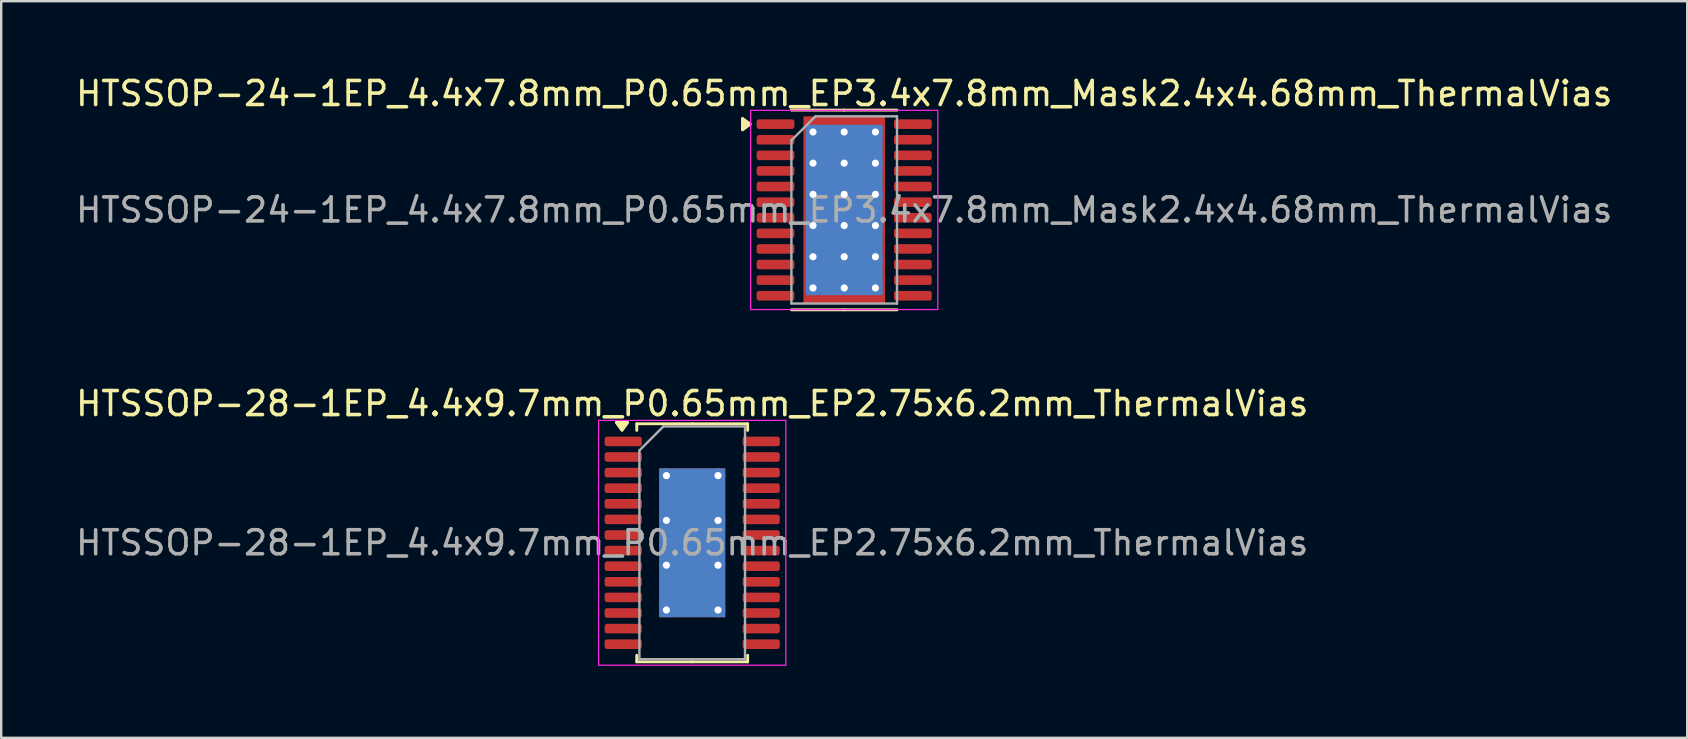
<source format=kicad_pcb>
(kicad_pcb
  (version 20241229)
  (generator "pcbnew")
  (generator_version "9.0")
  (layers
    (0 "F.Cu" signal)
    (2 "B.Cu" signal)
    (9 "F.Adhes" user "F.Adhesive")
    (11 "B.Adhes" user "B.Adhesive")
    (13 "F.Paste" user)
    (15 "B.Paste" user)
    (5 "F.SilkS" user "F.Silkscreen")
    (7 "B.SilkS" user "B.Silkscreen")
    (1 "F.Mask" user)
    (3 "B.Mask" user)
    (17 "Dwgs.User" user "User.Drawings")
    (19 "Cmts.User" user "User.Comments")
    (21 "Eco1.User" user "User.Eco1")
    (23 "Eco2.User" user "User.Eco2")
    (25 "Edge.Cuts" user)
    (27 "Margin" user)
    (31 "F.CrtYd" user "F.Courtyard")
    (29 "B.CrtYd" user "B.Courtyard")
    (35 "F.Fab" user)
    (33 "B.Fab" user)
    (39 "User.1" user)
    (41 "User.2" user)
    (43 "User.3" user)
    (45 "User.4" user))
  (footprint "HTSSOP-28-1EP_4.4x9.7mm_P0.65mm_EP2.75x6.2mm_ThermalVias"
    (layer "F.Cu")
    (at 25.792 19.567)
    (property "Reference" "HTSSOP-28-1EP_4.4x9.7mm_P0.65mm_EP2.75x6.2mm_ThermalVias" (at 0 -5.8 0) (layer "F.SilkS") (effects (font (size 1 1) (thickness 0.15))))
    (attr smd)
    (fp_line (start -2.31 -4.96) (end -2.31 -4.685) (stroke (width 0.12) (type solid)) (layer "F.SilkS"))
    (fp_line (start -2.31 4.96) (end -2.31 4.685) (stroke (width 0.12) (type solid)) (layer "F.SilkS"))
    (fp_line (start 0 -4.96) (end -2.31 -4.96) (stroke (width 0.12) (type solid)) (layer "F.SilkS"))
    (fp_line (start 0 -4.96) (end 2.31 -4.96) (stroke (width 0.12) (type solid)) (layer "F.SilkS"))
    (fp_line (start 0 4.96) (end -2.31 4.96) (stroke (width 0.12) (type solid)) (layer "F.SilkS"))
    (fp_line (start 0 4.96) (end 2.31 4.96) (stroke (width 0.12) (type solid)) (layer "F.SilkS"))
    (fp_line (start 2.31 -4.96) (end 2.31 -4.685) (stroke (width 0.12) (type solid)) (layer "F.SilkS"))
    (fp_line (start 2.31 4.96) (end 2.31 4.685) (stroke (width 0.12) (type solid)) (layer "F.SilkS"))
    (fp_poly (pts (xy -2.925 -4.685) (xy -3.165 -5.015) (xy -2.685 -5.015) (xy -2.925 -4.685)) (stroke (width 0.12) (type solid)) (fill yes) (layer "F.SilkS"))
    (fp_line (start -3.9 -5.1) (end -3.9 5.1) (stroke (width 0.05) (type solid)) (layer "F.CrtYd"))
    (fp_line (start -3.9 5.1) (end 3.9 5.1) (stroke (width 0.05) (type solid)) (layer "F.CrtYd"))
    (fp_line (start 3.9 -5.1) (end -3.9 -5.1) (stroke (width 0.05) (type solid)) (layer "F.CrtYd"))
    (fp_line (start 3.9 5.1) (end 3.9 -5.1) (stroke (width 0.05) (type solid)) (layer "F.CrtYd"))
    (fp_line (start -2.2 -3.85) (end -1.2 -4.85) (stroke (width 0.1) (type solid)) (layer "F.Fab"))
    (fp_line (start -2.2 4.85) (end -2.2 -3.85) (stroke (width 0.1) (type solid)) (layer "F.Fab"))
    (fp_line (start -1.2 -4.85) (end 2.2 -4.85) (stroke (width 0.1) (type solid)) (layer "F.Fab"))
    (fp_line (start 2.2 -4.85) (end 2.2 4.85) (stroke (width 0.1) (type solid)) (layer "F.Fab"))
    (fp_line (start 2.2 4.85) (end -2.2 4.85) (stroke (width 0.1) (type solid)) (layer "F.Fab"))
    (fp_text user "${REFERENCE}" (at 0 0 0) (layer "F.Fab") (effects (font (size 1 1) (thickness 0.15))))
    (pad "" smd roundrect (at 0 -2.07) (size 2.22 1.67) (layers "F.Paste") (roundrect_rratio 0.15))
    (pad "" smd roundrect (at 0 0) (size 2.22 1.67) (layers "F.Paste") (roundrect_rratio 0.15))
    (pad "" smd roundrect (at 0 2.07) (size 2.22 1.67) (layers "F.Paste") (roundrect_rratio 0.15))
    (pad "1" smd roundrect (at -2.875 -4.225) (size 1.55 0.4) (layers "F.Cu" "F.Mask" "F.Paste") (roundrect_rratio 0.25))
    (pad "2" smd roundrect (at -2.875 -3.575) (size 1.55 0.4) (layers "F.Cu" "F.Mask" "F.Paste") (roundrect_rratio 0.25))
    (pad "3" smd roundrect (at -2.875 -2.925) (size 1.55 0.4) (layers "F.Cu" "F.Mask" "F.Paste") (roundrect_rratio 0.25))
    (pad "4" smd roundrect (at -2.875 -2.275) (size 1.55 0.4) (layers "F.Cu" "F.Mask" "F.Paste") (roundrect_rratio 0.25))
    (pad "5" smd roundrect (at -2.875 -1.625) (size 1.55 0.4) (layers "F.Cu" "F.Mask" "F.Paste") (roundrect_rratio 0.25))
    (pad "6" smd roundrect (at -2.875 -0.975) (size 1.55 0.4) (layers "F.Cu" "F.Mask" "F.Paste") (roundrect_rratio 0.25))
    (pad "7" smd roundrect (at -2.875 -0.325) (size 1.55 0.4) (layers "F.Cu" "F.Mask" "F.Paste") (roundrect_rratio 0.25))
    (pad "8" smd roundrect (at -2.875 0.325) (size 1.55 0.4) (layers "F.Cu" "F.Mask" "F.Paste") (roundrect_rratio 0.25))
    (pad "9" smd roundrect (at -2.875 0.975) (size 1.55 0.4) (layers "F.Cu" "F.Mask" "F.Paste") (roundrect_rratio 0.25))
    (pad "10" smd roundrect (at -2.875 1.625) (size 1.55 0.4) (layers "F.Cu" "F.Mask" "F.Paste") (roundrect_rratio 0.25))
    (pad "11" smd roundrect (at -2.875 2.275) (size 1.55 0.4) (layers "F.Cu" "F.Mask" "F.Paste") (roundrect_rratio 0.25))
    (pad "12" smd roundrect (at -2.875 2.925) (size 1.55 0.4) (layers "F.Cu" "F.Mask" "F.Paste") (roundrect_rratio 0.25))
    (pad "13" smd roundrect (at -2.875 3.575) (size 1.55 0.4) (layers "F.Cu" "F.Mask" "F.Paste") (roundrect_rratio 0.25))
    (pad "14" smd roundrect (at -2.875 4.225) (size 1.55 0.4) (layers "F.Cu" "F.Mask" "F.Paste") (roundrect_rratio 0.25))
    (pad "15" smd roundrect (at 2.875 4.225) (size 1.55 0.4) (layers "F.Cu" "F.Mask" "F.Paste") (roundrect_rratio 0.25))
    (pad "16" smd roundrect (at 2.875 3.575) (size 1.55 0.4) (layers "F.Cu" "F.Mask" "F.Paste") (roundrect_rratio 0.25))
    (pad "17" smd roundrect (at 2.875 2.925) (size 1.55 0.4) (layers "F.Cu" "F.Mask" "F.Paste") (roundrect_rratio 0.25))
    (pad "18" smd roundrect (at 2.875 2.275) (size 1.55 0.4) (layers "F.Cu" "F.Mask" "F.Paste") (roundrect_rratio 0.25))
    (pad "19" smd roundrect (at 2.875 1.625) (size 1.55 0.4) (layers "F.Cu" "F.Mask" "F.Paste") (roundrect_rratio 0.25))
    (pad "20" smd roundrect (at 2.875 0.975) (size 1.55 0.4) (layers "F.Cu" "F.Mask" "F.Paste") (roundrect_rratio 0.25))
    (pad "21" smd roundrect (at 2.875 0.325) (size 1.55 0.4) (layers "F.Cu" "F.Mask" "F.Paste") (roundrect_rratio 0.25))
    (pad "22" smd roundrect (at 2.875 -0.325) (size 1.55 0.4) (layers "F.Cu" "F.Mask" "F.Paste") (roundrect_rratio 0.25))
    (pad "23" smd roundrect (at 2.875 -0.975) (size 1.55 0.4) (layers "F.Cu" "F.Mask" "F.Paste") (roundrect_rratio 0.25))
    (pad "24" smd roundrect (at 2.875 -1.625) (size 1.55 0.4) (layers "F.Cu" "F.Mask" "F.Paste") (roundrect_rratio 0.25))
    (pad "25" smd roundrect (at 2.875 -2.275) (size 1.55 0.4) (layers "F.Cu" "F.Mask" "F.Paste") (roundrect_rratio 0.25))
    (pad "26" smd roundrect (at 2.875 -2.925) (size 1.55 0.4) (layers "F.Cu" "F.Mask" "F.Paste") (roundrect_rratio 0.25))
    (pad "27" smd roundrect (at 2.875 -3.575) (size 1.55 0.4) (layers "F.Cu" "F.Mask" "F.Paste") (roundrect_rratio 0.25))
    (pad "28" smd roundrect (at 2.875 -4.225) (size 1.55 0.4) (layers "F.Cu" "F.Mask" "F.Paste") (roundrect_rratio 0.25))
    (pad "29" thru_hole circle (at -1.075 -2.8) (size 0.6 0.6) (drill 0.3) (property pad_prop_heatsink) (layers "*.Cu"))
    (pad "29" thru_hole circle (at -1.075 -0.933) (size 0.6 0.6) (drill 0.3) (property pad_prop_heatsink) (layers "*.Cu"))
    (pad "29" thru_hole circle (at -1.075 0.933) (size 0.6 0.6) (drill 0.3) (property pad_prop_heatsink) (layers "*.Cu"))
    (pad "29" thru_hole circle (at -1.075 2.8) (size 0.6 0.6) (drill 0.3) (property pad_prop_heatsink) (layers "*.Cu"))
    (pad "29" smd rect (at 0 0) (size 2.75 6.2) (property pad_prop_heatsink) (layers "F.Cu" "F.Mask"))
    (pad "29" smd rect (at 0 0) (size 2.75 6.2) (property pad_prop_heatsink) (layers "B.Cu"))
    (pad "29" thru_hole circle (at 1.075 -2.8) (size 0.6 0.6) (drill 0.3) (property pad_prop_heatsink) (layers "*.Cu"))
    (pad "29" thru_hole circle (at 1.075 -0.933) (size 0.6 0.6) (drill 0.3) (property pad_prop_heatsink) (layers "*.Cu"))
    (pad "29" thru_hole circle (at 1.075 0.933) (size 0.6 0.6) (drill 0.3) (property pad_prop_heatsink) (layers "*.Cu"))
    (pad "29" thru_hole circle (at 1.075 2.8) (size 0.6 0.6) (drill 0.3) (property pad_prop_heatsink) (layers "*.Cu")))
  (footprint "HTSSOP-24-1EP_4.4x7.8mm_P0.65mm_EP3.4x7.8mm_Mask2.4x4.68mm_ThermalVias"
    (layer "F.Cu")
    (at 32.125 5.698)
    (property "Reference" "HTSSOP-24-1EP_4.4x7.8mm_P0.65mm_EP3.4x7.8mm_Mask2.4x4.68mm_ThermalVias" (at 0 -4.85 0) (layer "F.SilkS") (effects (font (size 1 1) (thickness 0.15))))
    (attr smd)
    (fp_line (start 0 -4.16) (end -2.2 -4.16) (stroke (width 0.12) (type solid)) (layer "F.SilkS"))
    (fp_line (start 0 -4.16) (end 2.2 -4.16) (stroke (width 0.12) (type solid)) (layer "F.SilkS"))
    (fp_line (start 0 4.16) (end -2.2 4.16) (stroke (width 0.12) (type solid)) (layer "F.SilkS"))
    (fp_line (start 0 4.16) (end 2.2 4.16) (stroke (width 0.12) (type solid)) (layer "F.SilkS"))
    (fp_poly (pts (xy -3.91 -3.575) (xy -4.24 -3.815) (xy -4.24 -3.335) (xy -3.91 -3.575)) (stroke (width 0.12) (type solid)) (fill yes) (layer "F.SilkS"))
    (fp_line (start -3.9 -4.15) (end -3.9 4.15) (stroke (width 0.05) (type solid)) (layer "F.CrtYd"))
    (fp_line (start -3.9 4.15) (end 3.9 4.15) (stroke (width 0.05) (type solid)) (layer "F.CrtYd"))
    (fp_line (start 3.9 -4.15) (end -3.9 -4.15) (stroke (width 0.05) (type solid)) (layer "F.CrtYd"))
    (fp_line (start 3.9 4.15) (end 3.9 -4.15) (stroke (width 0.05) (type solid)) (layer "F.CrtYd"))
    (fp_line (start -2.2 -2.9) (end -1.2 -3.9) (stroke (width 0.1) (type solid)) (layer "F.Fab"))
    (fp_line (start -2.2 3.9) (end -2.2 -2.9) (stroke (width 0.1) (type solid)) (layer "F.Fab"))
    (fp_line (start -1.2 -3.9) (end 2.2 -3.9) (stroke (width 0.1) (type solid)) (layer "F.Fab"))
    (fp_line (start 2.2 -3.9) (end 2.2 3.9) (stroke (width 0.1) (type solid)) (layer "F.Fab"))
    (fp_line (start 2.2 3.9) (end -2.2 3.9) (stroke (width 0.1) (type solid)) (layer "F.Fab"))
    (fp_text user "${REFERENCE}" (at 0 0 0) (layer "F.Fab") (effects (font (size 1 1) (thickness 0.15))))
    (pad "" smd roundrect (at 0 -1.17) (size 1.93 1.89) (layers "F.Paste") (roundrect_rratio 0.132))
    (pad "" smd rect (at 0 0) (size 2.4 4.68) (layers "F.Mask"))
    (pad "" smd roundrect (at 0 1.17) (size 1.93 1.89) (layers "F.Paste") (roundrect_rratio 0.132))
    (pad "1" smd roundrect (at -2.862 -3.575) (size 1.575 0.4) (layers "F.Cu" "F.Mask" "F.Paste") (roundrect_rratio 0.25))
    (pad "2" smd roundrect (at -2.862 -2.925) (size 1.575 0.4) (layers "F.Cu" "F.Mask" "F.Paste") (roundrect_rratio 0.25))
    (pad "3" smd roundrect (at -2.862 -2.275) (size 1.575 0.4) (layers "F.Cu" "F.Mask" "F.Paste") (roundrect_rratio 0.25))
    (pad "4" smd roundrect (at -2.862 -1.625) (size 1.575 0.4) (layers "F.Cu" "F.Mask" "F.Paste") (roundrect_rratio 0.25))
    (pad "5" smd roundrect (at -2.862 -0.975) (size 1.575 0.4) (layers "F.Cu" "F.Mask" "F.Paste") (roundrect_rratio 0.25))
    (pad "6" smd roundrect (at -2.862 -0.325) (size 1.575 0.4) (layers "F.Cu" "F.Mask" "F.Paste") (roundrect_rratio 0.25))
    (pad "7" smd roundrect (at -2.862 0.325) (size 1.575 0.4) (layers "F.Cu" "F.Mask" "F.Paste") (roundrect_rratio 0.25))
    (pad "8" smd roundrect (at -2.862 0.975) (size 1.575 0.4) (layers "F.Cu" "F.Mask" "F.Paste") (roundrect_rratio 0.25))
    (pad "9" smd roundrect (at -2.862 1.625) (size 1.575 0.4) (layers "F.Cu" "F.Mask" "F.Paste") (roundrect_rratio 0.25))
    (pad "10" smd roundrect (at -2.862 2.275) (size 1.575 0.4) (layers "F.Cu" "F.Mask" "F.Paste") (roundrect_rratio 0.25))
    (pad "11" smd roundrect (at -2.862 2.925) (size 1.575 0.4) (layers "F.Cu" "F.Mask" "F.Paste") (roundrect_rratio 0.25))
    (pad "12" smd roundrect (at -2.862 3.575) (size 1.575 0.4) (layers "F.Cu" "F.Mask" "F.Paste") (roundrect_rratio 0.25))
    (pad "13" smd roundrect (at 2.862 3.575) (size 1.575 0.4) (layers "F.Cu" "F.Mask" "F.Paste") (roundrect_rratio 0.25))
    (pad "14" smd roundrect (at 2.862 2.925) (size 1.575 0.4) (layers "F.Cu" "F.Mask" "F.Paste") (roundrect_rratio 0.25))
    (pad "15" smd roundrect (at 2.862 2.275) (size 1.575 0.4) (layers "F.Cu" "F.Mask" "F.Paste") (roundrect_rratio 0.25))
    (pad "16" smd roundrect (at 2.862 1.625) (size 1.575 0.4) (layers "F.Cu" "F.Mask" "F.Paste") (roundrect_rratio 0.25))
    (pad "17" smd roundrect (at 2.862 0.975) (size 1.575 0.4) (layers "F.Cu" "F.Mask" "F.Paste") (roundrect_rratio 0.25))
    (pad "18" smd roundrect (at 2.862 0.325) (size 1.575 0.4) (layers "F.Cu" "F.Mask" "F.Paste") (roundrect_rratio 0.25))
    (pad "19" smd roundrect (at 2.862 -0.325) (size 1.575 0.4) (layers "F.Cu" "F.Mask" "F.Paste") (roundrect_rratio 0.25))
    (pad "20" smd roundrect (at 2.862 -0.975) (size 1.575 0.4) (layers "F.Cu" "F.Mask" "F.Paste") (roundrect_rratio 0.25))
    (pad "21" smd roundrect (at 2.862 -1.625) (size 1.575 0.4) (layers "F.Cu" "F.Mask" "F.Paste") (roundrect_rratio 0.25))
    (pad "22" smd roundrect (at 2.862 -2.275) (size 1.575 0.4) (layers "F.Cu" "F.Mask" "F.Paste") (roundrect_rratio 0.25))
    (pad "23" smd roundrect (at 2.862 -2.925) (size 1.575 0.4) (layers "F.Cu" "F.Mask" "F.Paste") (roundrect_rratio 0.25))
    (pad "24" smd roundrect (at 2.862 -3.575) (size 1.575 0.4) (layers "F.Cu" "F.Mask" "F.Paste") (roundrect_rratio 0.25))
    (pad "25" thru_hole circle (at -1.3 -3.25) (size 0.6 0.6) (drill 0.3) (property pad_prop_heatsink) (layers "*.Cu"))
    (pad "25" thru_hole circle (at -1.3 -1.95) (size 0.6 0.6) (drill 0.3) (property pad_prop_heatsink) (layers "*.Cu"))
    (pad "25" thru_hole circle (at -1.3 -0.65) (size 0.6 0.6) (drill 0.3) (property pad_prop_heatsink) (layers "*.Cu"))
    (pad "25" thru_hole circle (at -1.3 0.65) (size 0.6 0.6) (drill 0.3) (property pad_prop_heatsink) (layers "*.Cu"))
    (pad "25" thru_hole circle (at -1.3 1.95) (size 0.6 0.6) (drill 0.3) (property pad_prop_heatsink) (layers "*.Cu"))
    (pad "25" thru_hole circle (at -1.3 3.25) (size 0.6 0.6) (drill 0.3) (property pad_prop_heatsink) (layers "*.Cu"))
    (pad "25" thru_hole circle (at 0 -3.25) (size 0.6 0.6) (drill 0.3) (property pad_prop_heatsink) (layers "*.Cu"))
    (pad "25" thru_hole circle (at 0 -1.95) (size 0.6 0.6) (drill 0.3) (property pad_prop_heatsink) (layers "*.Cu"))
    (pad "25" thru_hole circle (at 0 -0.65) (size 0.6 0.6) (drill 0.3) (property pad_prop_heatsink) (layers "*.Cu"))
    (pad "25" smd rect (at 0 0) (size 3.2 7.1) (property pad_prop_heatsink) (layers "B.Cu"))
    (pad "25" smd rect (at 0 0) (size 3.4 7.8) (property pad_prop_heatsink) (layers "F.Cu"))
    (pad "25" thru_hole circle (at 0 0.65) (size 0.6 0.6) (drill 0.3) (property pad_prop_heatsink) (layers "*.Cu"))
    (pad "25" thru_hole circle (at 0 1.95) (size 0.6 0.6) (drill 0.3) (property pad_prop_heatsink) (layers "*.Cu"))
    (pad "25" thru_hole circle (at 0 3.25) (size 0.6 0.6) (drill 0.3) (property pad_prop_heatsink) (layers "*.Cu"))
    (pad "25" thru_hole circle (at 1.3 -3.25) (size 0.6 0.6) (drill 0.3) (property pad_prop_heatsink) (layers "*.Cu"))
    (pad "25" thru_hole circle (at 1.3 -1.95) (size 0.6 0.6) (drill 0.3) (property pad_prop_heatsink) (layers "*.Cu"))
    (pad "25" thru_hole circle (at 1.3 -0.65) (size 0.6 0.6) (drill 0.3) (property pad_prop_heatsink) (layers "*.Cu"))
    (pad "25" thru_hole circle (at 1.3 0.65) (size 0.6 0.6) (drill 0.3) (property pad_prop_heatsink) (layers "*.Cu"))
    (pad "25" thru_hole circle (at 1.3 1.95) (size 0.6 0.6) (drill 0.3) (property pad_prop_heatsink) (layers "*.Cu"))
    (pad "25" thru_hole circle (at 1.3 3.25) (size 0.6 0.6) (drill 0.3) (property pad_prop_heatsink) (layers "*.Cu")))
  (gr_rect
    (start -3 -3)
    (end 67.25 27.692)
    (stroke (width 0.1) (type default))
    (fill no)
    (layer "Edge.Cuts")))
</source>
